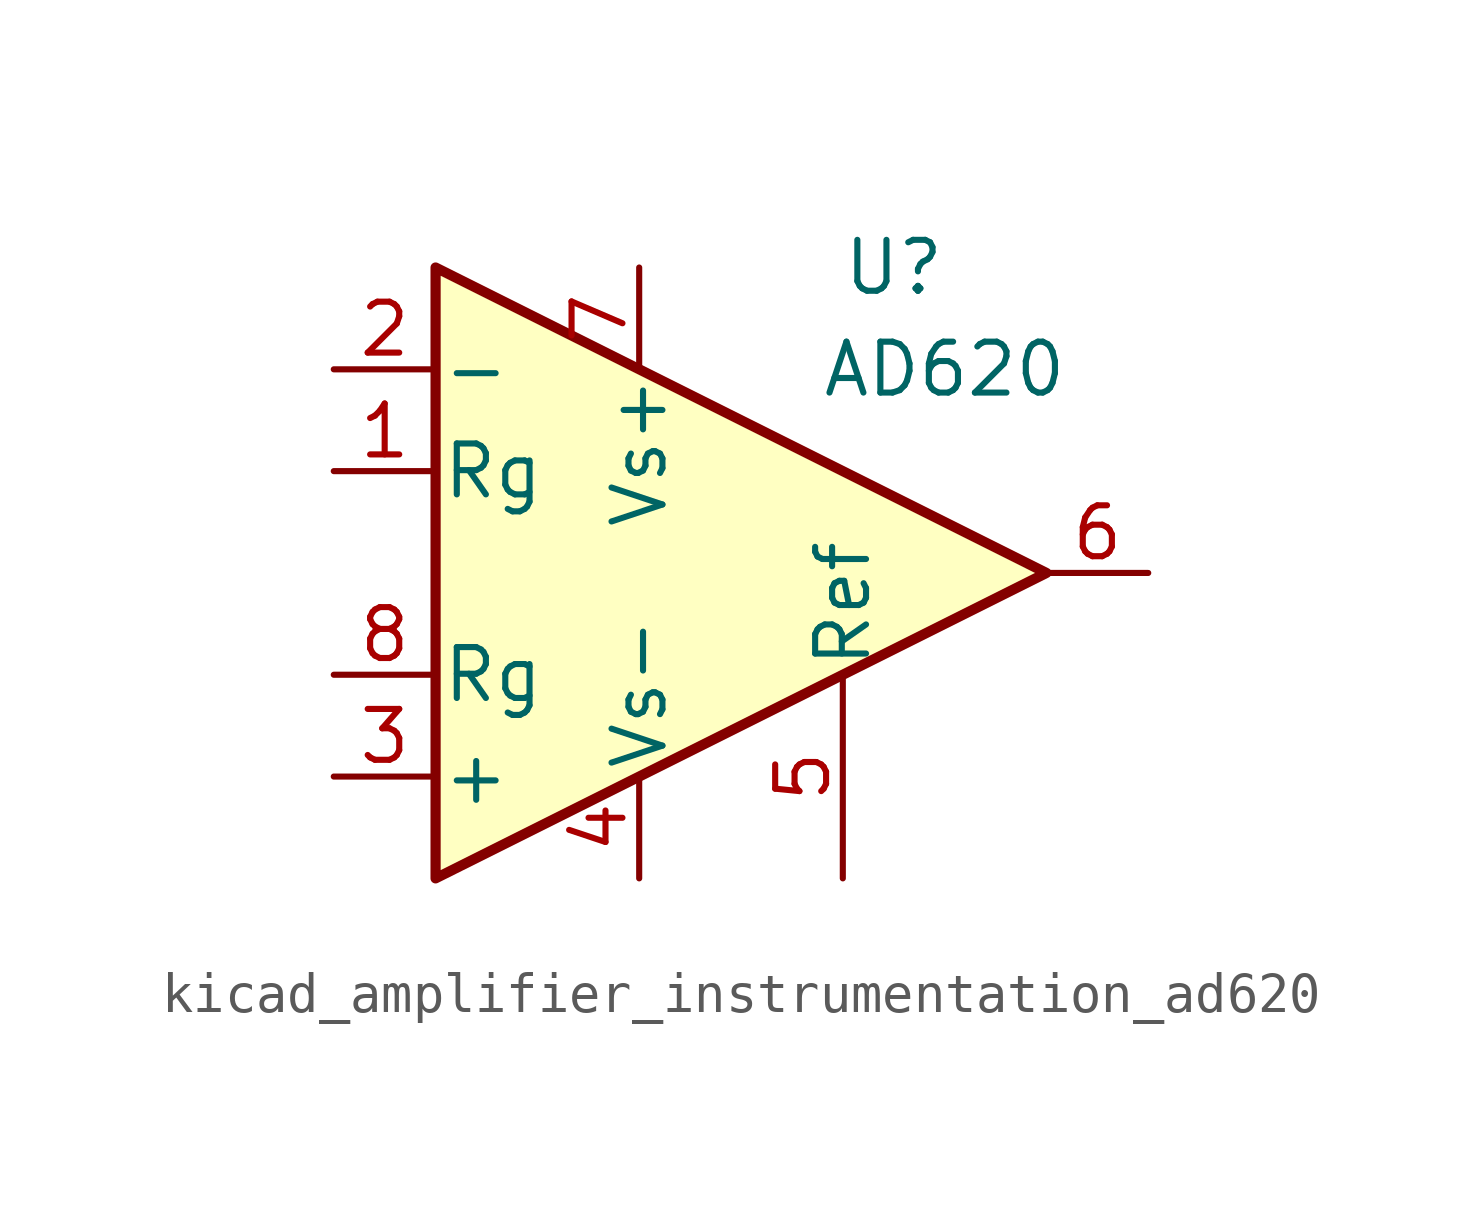
<source format=kicad_sym>
(kicad_symbol_lib
  (version 20220914)
  (generator kicad_symbol_editor)
  (symbol "kicad_amplifier_instrumentation_ad620"
    (pin_names
      (offset 0.127))
    (property "Reference" "U"
      (at 3.81 7.62 0)
      (effects (font (size 1.27 1.27))))
    (property "Value" "AD620"
      (at 5.08 5.08 0)
      (effects (font (size 1.27 1.27))))
    (symbol "kicad_amplifier_instrumentation_ad620_0_1"
      (polyline (pts (xy -7.62 7.62) (xy -7.62 -7.62) (xy 7.62 0) (xy -7.62 7.62)) (stroke (width 0.254) (type default)) (fill (type background))))
    (symbol "kicad_amplifier_instrumentation_ad620_1_1"
      (pin passive line (at -10.16 2.54 0) (length 2.54) (name "Rg" (effects (font (size 1.27 1.27)))) (number "1" (effects (font (size 1.27 1.27)))))
      (pin input line (at -10.16 5.08 0) (length 2.54) (name "-" (effects (font (size 1.27 1.27)))) (number "2" (effects (font (size 1.27 1.27)))))
      (pin input line (at -10.16 -5.08 0) (length 2.54) (name "+" (effects (font (size 1.27 1.27)))) (number "3" (effects (font (size 1.27 1.27)))))
      (pin power_in line (at -2.54 -7.62 90) (length 2.54) (name "Vs-" (effects (font (size 1.27 1.27)))) (number "4" (effects (font (size 1.27 1.27)))))
      (pin passive line (at 2.54 -7.62 90) (length 5.08) (name "Ref" (effects (font (size 1.27 1.27)))) (number "5" (effects (font (size 1.27 1.27)))))
      (pin output line (at 10.16 0 180) (length 2.54) (name "~" (effects (font (size 1.27 1.27)))) (number "6" (effects (font (size 1.27 1.27)))))
      (pin power_in line (at -2.54 7.62 270) (length 2.54) (name "Vs+" (effects (font (size 1.27 1.27)))) (number "7" (effects (font (size 1.27 1.27)))))
      (pin passive line (at -10.16 -2.54 0) (length 2.54) (name "Rg" (effects (font (size 1.27 1.27)))) (number "8" (effects (font (size 1.27 1.27))))))))
</source>
